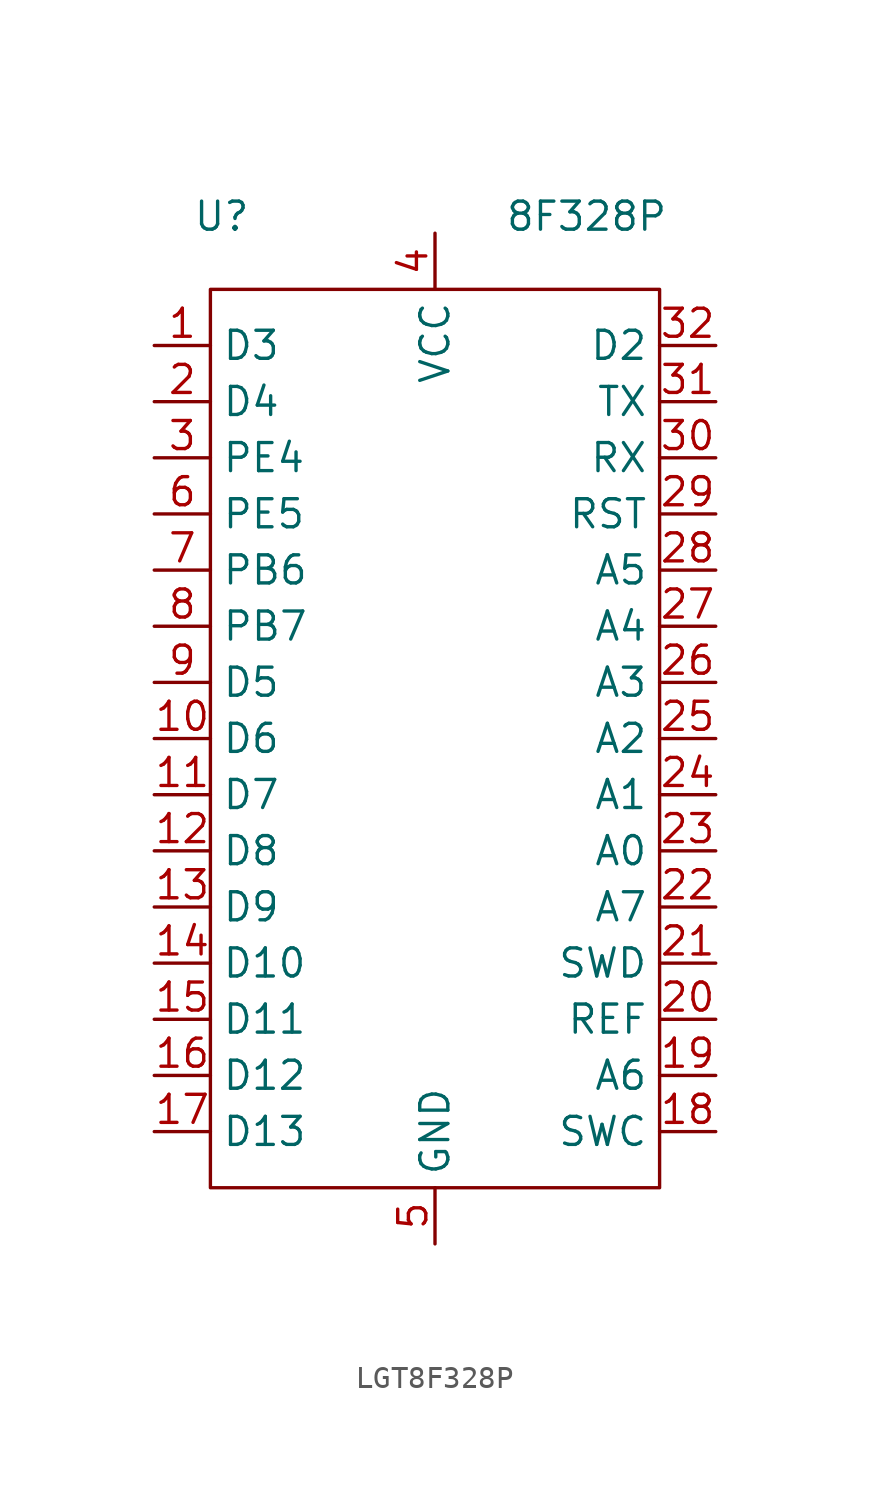
<source format=kicad_sym>
(kicad_symbol_lib
  (version 20231120)
  (generator "kicad_symbol_editor")
  (generator_version "8.0")
  (symbol "LGT8F328P"
    (property "Reference" "U"
      (at -9.652 22.352 0)
      (effects (font (size 1.27 1.27))))
    (property "Value" "8F328P"
      (at 6.858 22.352 0)
      (effects (font (size 1.27 1.27))))
    (symbol "LGT8F328P_0_1"
      (rectangle (start -10.16 19.05) (end 10.16 -21.59) (stroke (width 0) (type default)) (fill (type none))))
    (symbol "LGT8F328P_1_1"
      (pin bidirectional line (at -12.7 16.51 0) (length 2.54) (name "D3" (effects (font (size 1.27 1.27)))) (number "1" (effects (font (size 1.27 1.27)))) (alternate "INT1" bidirectional line) (alternate "OC2B" bidirectional line) (alternate "PD3" bidirectional line))
      (pin bidirectional line (at -12.7 -1.27 0) (length 2.54) (name "D6" (effects (font (size 1.27 1.27)))) (number "10" (effects (font (size 1.27 1.27)))) (alternate "AC0P" bidirectional line) (alternate "OC0A" bidirectional line) (alternate "PD6" bidirectional line) (alternate "TXD" bidirectional line))
      (pin power_in line (at 0 21.59 270) (length 2.54) hide (name "RAW" (effects (font (size 1.27 1.27)))) (number "100" (effects (font (size 1.27 1.27)))))
      (pin power_in line (at 0 21.59 270) (length 2.54) hide (name "VCC" (effects (font (size 1.27 1.27)))) (number "101" (effects (font (size 1.27 1.27)))))
      (pin bidirectional line (at -12.7 -3.81 0) (length 2.54) (name "D7" (effects (font (size 1.27 1.27)))) (number "11" (effects (font (size 1.27 1.27)))) (alternate "ACXN" bidirectional line) (alternate "PD7" bidirectional line))
      (pin bidirectional line (at -12.7 -6.35 0) (length 2.54) (name "D8" (effects (font (size 1.27 1.27)))) (number "12" (effects (font (size 1.27 1.27)))) (alternate "CLK0" bidirectional line) (alternate "ICP1" bidirectional line) (alternate "PB0" bidirectional line))
      (pin bidirectional line (at -12.7 -8.89 0) (length 2.54) (name "D9" (effects (font (size 1.27 1.27)))) (number "13" (effects (font (size 1.27 1.27)))) (alternate "OC1A" bidirectional line) (alternate "PB1" bidirectional line))
      (pin bidirectional line (at -12.7 -11.43 0) (length 2.54) (name "D10" (effects (font (size 1.27 1.27)))) (number "14" (effects (font (size 1.27 1.27)))) (alternate "OC1B" bidirectional line) (alternate "PB2" bidirectional line) (alternate "SPSS" bidirectional line))
      (pin bidirectional line (at -12.7 -13.97 0) (length 2.54) (name "D11" (effects (font (size 1.27 1.27)))) (number "15" (effects (font (size 1.27 1.27)))) (alternate "MOSI" bidirectional line) (alternate "OC2A" bidirectional line) (alternate "PB3" bidirectional line))
      (pin bidirectional line (at -12.7 -16.51 0) (length 2.54) (name "D12" (effects (font (size 1.27 1.27)))) (number "16" (effects (font (size 1.27 1.27)))) (alternate "MISO" bidirectional line) (alternate "PB4" bidirectional line))
      (pin bidirectional line (at -12.7 -19.05 0) (length 2.54) (name "D13" (effects (font (size 1.27 1.27)))) (number "17" (effects (font (size 1.27 1.27)))) (alternate "AC1P" bidirectional line) (alternate "ADC11" bidirectional line) (alternate "PB5" bidirectional line) (alternate "SCK" bidirectional line))
      (pin bidirectional line (at 12.7 -19.05 180) (length 2.54) (name "SWC" (effects (font (size 1.27 1.27)))) (number "18" (effects (font (size 1.27 1.27)))) (alternate "APN4" bidirectional line) (alternate "PE0" bidirectional line) (alternate "SWC" bidirectional line))
      (pin bidirectional line (at 12.7 -16.51 180) (length 2.54) (name "A6" (effects (font (size 1.27 1.27)))) (number "19" (effects (font (size 1.27 1.27)))) (alternate "ACXP" bidirectional line) (alternate "ADC6" bidirectional line) (alternate "PE1" bidirectional line))
      (pin bidirectional line (at -12.7 13.97 0) (length 2.54) (name "D4" (effects (font (size 1.27 1.27)))) (number "2" (effects (font (size 1.27 1.27)))) (alternate "DA0" bidirectional line) (alternate "PD4" bidirectional line) (alternate "T0" bidirectional line) (alternate "XCK" bidirectional line))
      (pin bidirectional line (at 12.7 -13.97 180) (length 2.54) (name "REF" (effects (font (size 1.27 1.27)))) (number "20" (effects (font (size 1.27 1.27)))) (alternate "ADC10" bidirectional line) (alternate "AVREF" bidirectional line) (alternate "PE6" bidirectional line))
      (pin input line (at 3.81 -24.13 90) (length 2.54) hide (name "GND" (effects (font (size 1.27 1.27)))) (number "200" (effects (font (size 1.27 1.27)))))
      (pin input line (at 3.81 -24.13 90) (length 2.54) hide (name "GND" (effects (font (size 1.27 1.27)))) (number "201" (effects (font (size 1.27 1.27)))))
      (pin bidirectional line (at 12.7 -11.43 180) (length 2.54) (name "SWD" (effects (font (size 1.27 1.27)))) (number "21" (effects (font (size 1.27 1.27)))) (alternate "PE2" bidirectional line) (alternate "SWD" bidirectional line))
      (pin bidirectional line (at 12.7 -8.89 180) (length 2.54) (name "A7" (effects (font (size 1.27 1.27)))) (number "22" (effects (font (size 1.27 1.27)))) (alternate "AC1N" bidirectional line) (alternate "ADC7" bidirectional line) (alternate "PE3" bidirectional line))
      (pin bidirectional line (at 12.7 -6.35 180) (length 2.54) (name "A0" (effects (font (size 1.27 1.27)))) (number "23" (effects (font (size 1.27 1.27)))) (alternate "ADC0" bidirectional line) (alternate "APP0" bidirectional line) (alternate "PC0" bidirectional line))
      (pin bidirectional line (at 12.7 -3.81 180) (length 2.54) (name "A1" (effects (font (size 1.27 1.27)))) (number "24" (effects (font (size 1.27 1.27)))) (alternate "ADC1" bidirectional line) (alternate "APP1" bidirectional line) (alternate "PC1" bidirectional line))
      (pin bidirectional line (at 12.7 -1.27 180) (length 2.54) (name "A2" (effects (font (size 1.27 1.27)))) (number "25" (effects (font (size 1.27 1.27)))) (alternate "ADC1" bidirectional line) (alternate "APN0" bidirectional line) (alternate "PC2" bidirectional line))
      (pin bidirectional line (at 12.7 1.27 180) (length 2.54) (name "A3" (effects (font (size 1.27 1.27)))) (number "26" (effects (font (size 1.27 1.27)))) (alternate "ADC3" bidirectional line) (alternate "APN1" bidirectional line) (alternate "PC3" bidirectional line))
      (pin bidirectional line (at 12.7 3.81 180) (length 2.54) (name "A4" (effects (font (size 1.27 1.27)))) (number "27" (effects (font (size 1.27 1.27)))) (alternate "ADC4" bidirectional line) (alternate "PC4" bidirectional line) (alternate "SDA" bidirectional line))
      (pin bidirectional line (at 12.7 6.35 180) (length 2.54) (name "A5" (effects (font (size 1.27 1.27)))) (number "28" (effects (font (size 1.27 1.27)))) (alternate "ADC5" bidirectional line) (alternate "PC5" bidirectional line) (alternate "SCL" bidirectional line))
      (pin bidirectional line (at 12.7 8.89 180) (length 2.54) (name "RST" (effects (font (size 1.27 1.27)))) (number "29" (effects (font (size 1.27 1.27)))) (alternate "PC6" bidirectional line) (alternate "RSTN" bidirectional line))
      (pin bidirectional line (at -12.7 11.43 0) (length 2.54) (name "PE4" (effects (font (size 1.27 1.27)))) (number "3" (effects (font (size 1.27 1.27)))) (alternate "IC1B" bidirectional line) (alternate "OC0A" bidirectional line))
      (pin bidirectional line (at 12.7 11.43 180) (length 2.54) (name "RX" (effects (font (size 1.27 1.27)))) (number "30" (effects (font (size 1.27 1.27)))) (alternate "PD0" bidirectional line) (alternate "RXD" bidirectional line))
      (pin bidirectional line (at 12.7 13.97 180) (length 2.54) (name "TX" (effects (font (size 1.27 1.27)))) (number "31" (effects (font (size 1.27 1.27)))) (alternate "OC3A" bidirectional line) (alternate "PD1" bidirectional line) (alternate "TXD" bidirectional line))
      (pin bidirectional line (at 12.7 16.51 180) (length 2.54) (name "D2" (effects (font (size 1.27 1.27)))) (number "32" (effects (font (size 1.27 1.27)))) (alternate "INT0" bidirectional line) (alternate "OC3B" bidirectional line) (alternate "PD2" bidirectional line))
      (pin power_in line (at 0 21.59 270) (length 2.54) (name "VCC" (effects (font (size 1.27 1.27)))) (number "4" (effects (font (size 1.27 1.27)))))
      (pin input line (at 0 -24.13 90) (length 2.54) (name "GND" (effects (font (size 1.27 1.27)))) (number "5" (effects (font (size 1.27 1.27)))))
      (pin bidirectional line (at -12.7 8.89 0) (length 2.54) (name "PE5" (effects (font (size 1.27 1.27)))) (number "6" (effects (font (size 1.27 1.27)))) (alternate "AC10" bidirectional line) (alternate "OC1A" bidirectional line))
      (pin bidirectional line (at -12.7 6.35 0) (length 2.54) (name "PB6" (effects (font (size 1.27 1.27)))) (number "7" (effects (font (size 1.27 1.27)))) (alternate "XTAL0" bidirectional line))
      (pin bidirectional line (at -12.7 3.81 0) (length 2.54) (name "PB7" (effects (font (size 1.27 1.27)))) (number "8" (effects (font (size 1.27 1.27)))) (alternate "XTAL1" bidirectional line))
      (pin bidirectional line (at -12.7 1.27 0) (length 2.54) (name "D5" (effects (font (size 1.27 1.27)))) (number "9" (effects (font (size 1.27 1.27)))) (alternate "OC0B" bidirectional line) (alternate "PD5" bidirectional line) (alternate "RXD" bidirectional line) (alternate "T1" bidirectional line)))))
</source>
